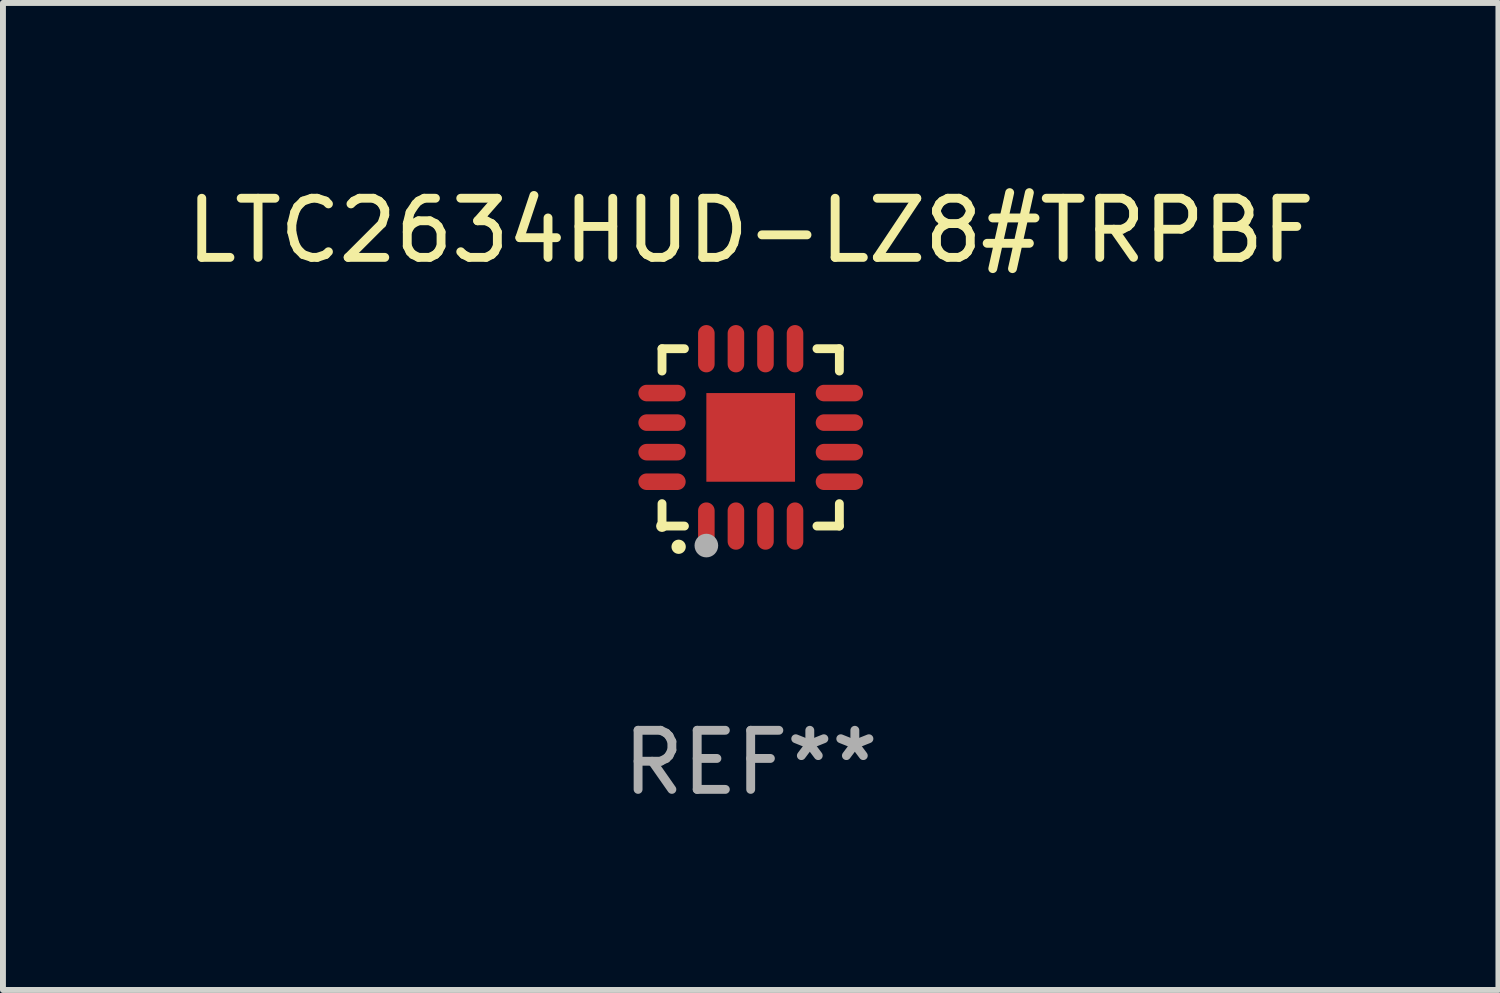
<source format=kicad_pcb>
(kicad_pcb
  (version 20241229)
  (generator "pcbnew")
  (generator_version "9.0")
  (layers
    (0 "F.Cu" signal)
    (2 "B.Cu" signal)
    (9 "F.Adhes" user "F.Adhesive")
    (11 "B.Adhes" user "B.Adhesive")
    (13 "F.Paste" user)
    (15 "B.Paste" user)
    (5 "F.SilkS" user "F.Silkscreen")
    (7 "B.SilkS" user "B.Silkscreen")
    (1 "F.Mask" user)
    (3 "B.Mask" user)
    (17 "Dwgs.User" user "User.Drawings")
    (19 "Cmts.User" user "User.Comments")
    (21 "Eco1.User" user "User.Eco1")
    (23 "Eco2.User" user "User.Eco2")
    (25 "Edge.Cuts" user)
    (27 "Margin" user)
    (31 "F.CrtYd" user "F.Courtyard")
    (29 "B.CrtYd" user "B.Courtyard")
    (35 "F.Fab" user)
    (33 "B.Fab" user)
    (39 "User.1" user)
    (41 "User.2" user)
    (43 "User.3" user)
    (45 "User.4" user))
  (footprint "LTC2634HUD-LZ8#TRPBF"
    (layer "F.Cu")
    (at 9.649 4.349)
    (property "Reference" "LTC2634HUD-LZ8#TRPBF" (at 0 -3.5 0) (layer "F.SilkS") (effects (font (size 1 1) (thickness 0.15))))
    (attr through_hole)
    (fp_line (start -1.5 -1.5) (end -1.121 -1.5) (stroke (width 0.15) (type solid)) (layer "F.SilkS"))
    (fp_line (start -1.5 -1.122) (end -1.5 -1.5) (stroke (width 0.15) (type solid)) (layer "F.SilkS"))
    (fp_line (start -1.5 1.5) (end -1.5 1.121) (stroke (width 0.15) (type solid)) (layer "F.SilkS"))
    (fp_line (start -1.121 1.5) (end -1.5 1.5) (stroke (width 0.15) (type solid)) (layer "F.SilkS"))
    (fp_line (start 1.121 -1.5) (end 1.5 -1.5) (stroke (width 0.15) (type solid)) (layer "F.SilkS"))
    (fp_line (start 1.5 -1.5) (end 1.5 -1.122) (stroke (width 0.15) (type solid)) (layer "F.SilkS"))
    (fp_line (start 1.5 1.121) (end 1.5 1.5) (stroke (width 0.15) (type solid)) (layer "F.SilkS"))
    (fp_line (start 1.5 1.5) (end 1.121 1.5) (stroke (width 0.15) (type solid)) (layer "F.SilkS"))
    (fp_arc (start -1.219926 1.850254) (mid -1.21891 1.85025) (end -1.217894 1.850254) (stroke (width 0.240005) (type solid)) (layer "F.SilkS"))
    (fp_circle (center -1.5 1.5) (end -1.45 1.5) (stroke (width 0.1) (type solid)) (fill no) (layer "F.SilkS"))
    (fp_circle (center -0.75 1.83) (end -0.65 1.83) (stroke (width 0.2) (type solid)) (fill no) (layer "F.Fab"))
    (fp_text user "REF**" (at 0 5.5 0) (layer "F.Fab") (effects (font (size 1 1) (thickness 0.15))))
    (pad "1" smd oval (at -0.75 1.5) (size 0.28 0.8) (layers "F.Cu" "F.Mask" "F.Paste"))
    (pad "2" smd oval (at -0.25 1.5) (size 0.28 0.8) (layers "F.Cu" "F.Mask" "F.Paste"))
    (pad "3" smd oval (at 0.25 1.5) (size 0.28 0.8) (layers "F.Cu" "F.Mask" "F.Paste"))
    (pad "4" smd oval (at 0.75 1.5) (size 0.28 0.8) (layers "F.Cu" "F.Mask" "F.Paste"))
    (pad "5" smd oval (at 1.5 0.75) (size 0.8 0.28) (layers "F.Cu" "F.Mask" "F.Paste"))
    (pad "6" smd oval (at 1.5 0.25) (size 0.8 0.28) (layers "F.Cu" "F.Mask" "F.Paste"))
    (pad "7" smd oval (at 1.5 -0.25) (size 0.8 0.28) (layers "F.Cu" "F.Mask" "F.Paste"))
    (pad "8" smd oval (at 1.5 -0.75) (size 0.8 0.28) (layers "F.Cu" "F.Mask" "F.Paste"))
    (pad "9" smd oval (at 0.75 -1.5) (size 0.28 0.8) (layers "F.Cu" "F.Mask" "F.Paste"))
    (pad "10" smd oval (at 0.25 -1.5) (size 0.28 0.8) (layers "F.Cu" "F.Mask" "F.Paste"))
    (pad "11" smd oval (at -0.25 -1.5) (size 0.28 0.8) (layers "F.Cu" "F.Mask" "F.Paste"))
    (pad "12" smd oval (at -0.75 -1.5) (size 0.28 0.8) (layers "F.Cu" "F.Mask" "F.Paste"))
    (pad "13" smd oval (at -1.5 -0.75) (size 0.8 0.28) (layers "F.Cu" "F.Mask" "F.Paste"))
    (pad "14" smd oval (at -1.5 -0.25) (size 0.8 0.28) (layers "F.Cu" "F.Mask" "F.Paste"))
    (pad "15" smd oval (at -1.5 0.25) (size 0.8 0.28) (layers "F.Cu" "F.Mask" "F.Paste"))
    (pad "16" smd oval (at -1.5 0.75) (size 0.8 0.28) (layers "F.Cu" "F.Mask" "F.Paste"))
    (pad "17" smd rect (at -0.000064 0.000165) (size 1.5 1.5) (layers "F.Cu" "F.Mask" "F.Paste")))
  (gr_rect
    (start -3 -3)
    (end 22.298 13.697)
    (stroke (width 0.1) (type default))
    (fill no)
    (layer "Edge.Cuts")))
</source>
